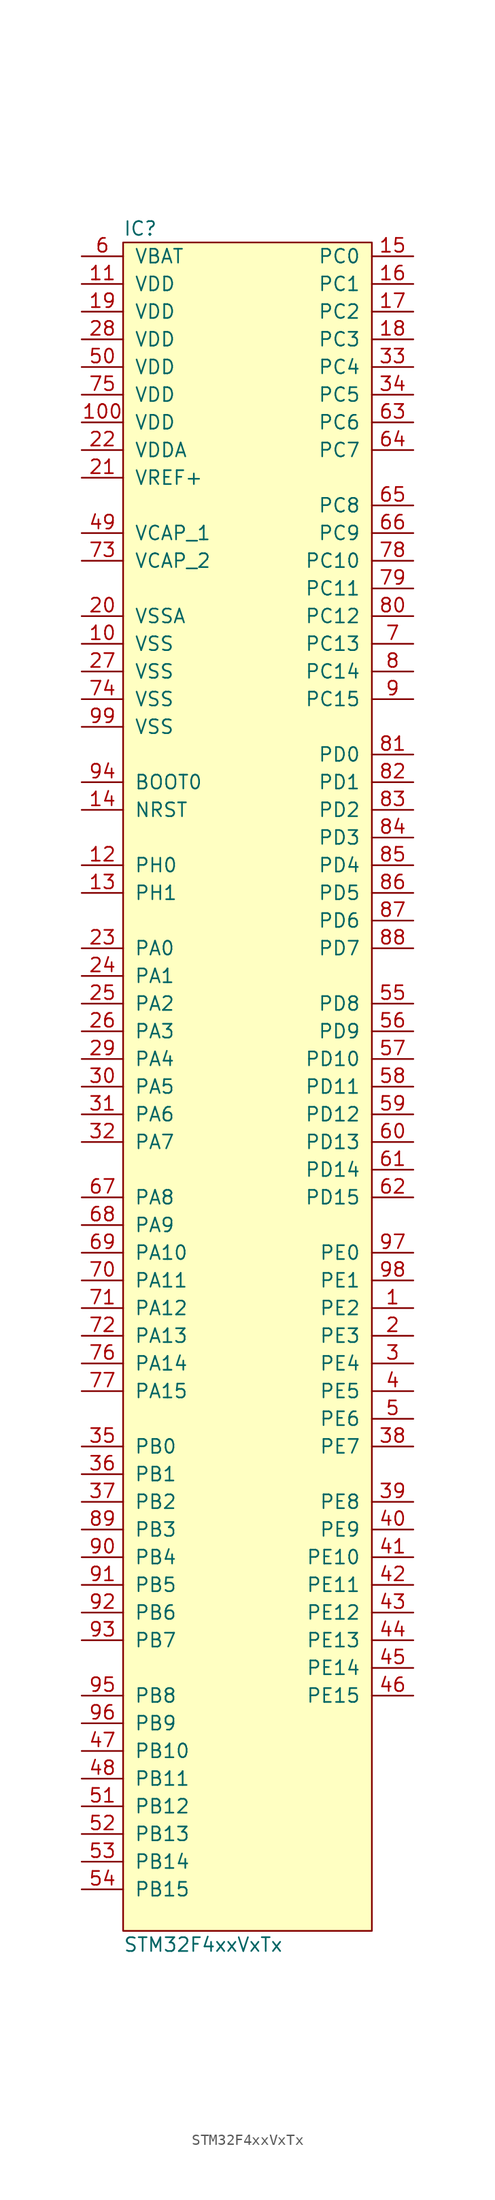
<source format=kicad_sym>
(kicad_symbol_lib
  (version 20211014)
  (generator agg_kicad.build_lib_ic)
  (symbol "STM32F4xxVxTx"
    (pin_names
      (offset 1.016))
    (property Reference IC
      (at -11.43 78.74 0)
      (effects (font (size 1.27 1.27)) (justify left)))
    (property Value "STM32F4xxVxTx"
      (at -11.43 -78.74 0)
      (effects (font (size 1.27 1.27)) (justify left)))
    (symbol "STM32F4xxVxTx_0_0"
      (rectangle (start -11.43 77.47) (end 11.43 -77.47) (stroke (width 0) (type default) (color 0 0 0 0)) (fill (type background)))
      (pin power_in line (at -15.24 76.2 0) (length 3.81) (name VBAT (effects (font (size 1.27 1.27)))) (number "6" (effects (font (size 1.27 1.27)))))
      (pin power_in line (at -15.24 73.66 0) (length 3.81) (name VDD (effects (font (size 1.27 1.27)))) (number "11" (effects (font (size 1.27 1.27)))))
      (pin power_in line (at -15.24 71.12 0) (length 3.81) (name VDD (effects (font (size 1.27 1.27)))) (number "19" (effects (font (size 1.27 1.27)))))
      (pin power_in line (at -15.24 68.58 0) (length 3.81) (name VDD (effects (font (size 1.27 1.27)))) (number "28" (effects (font (size 1.27 1.27)))))
      (pin power_in line (at -15.24 66.04 0) (length 3.81) (name VDD (effects (font (size 1.27 1.27)))) (number "50" (effects (font (size 1.27 1.27)))))
      (pin power_in line (at -15.24 63.5 0) (length 3.81) (name VDD (effects (font (size 1.27 1.27)))) (number "75" (effects (font (size 1.27 1.27)))))
      (pin power_in line (at -15.24 60.96 0) (length 3.81) (name VDD (effects (font (size 1.27 1.27)))) (number "100" (effects (font (size 1.27 1.27)))))
      (pin power_in line (at -15.24 58.42 0) (length 3.81) (name VDDA (effects (font (size 1.27 1.27)))) (number "22" (effects (font (size 1.27 1.27)))))
      (pin power_in line (at -15.24 55.88 0) (length 3.81) (name "VREF+" (effects (font (size 1.27 1.27)))) (number "21" (effects (font (size 1.27 1.27)))))
      (pin passive line (at -15.24 50.8 0) (length 3.81) (name "VCAP_1" (effects (font (size 1.27 1.27)))) (number "49" (effects (font (size 1.27 1.27)))))
      (pin passive line (at -15.24 48.26 0) (length 3.81) (name "VCAP_2" (effects (font (size 1.27 1.27)))) (number "73" (effects (font (size 1.27 1.27)))))
      (pin power_in line (at -15.24 43.18 0) (length 3.81) (name VSSA (effects (font (size 1.27 1.27)))) (number "20" (effects (font (size 1.27 1.27)))))
      (pin power_in line (at -15.24 40.64 0) (length 3.81) (name VSS (effects (font (size 1.27 1.27)))) (number "10" (effects (font (size 1.27 1.27)))))
      (pin power_in line (at -15.24 38.1 0) (length 3.81) (name VSS (effects (font (size 1.27 1.27)))) (number "27" (effects (font (size 1.27 1.27)))))
      (pin power_in line (at -15.24 35.56 0) (length 3.81) (name VSS (effects (font (size 1.27 1.27)))) (number "74" (effects (font (size 1.27 1.27)))))
      (pin power_in line (at -15.24 33.02 0) (length 3.81) (name VSS (effects (font (size 1.27 1.27)))) (number "99" (effects (font (size 1.27 1.27)))))
      (pin input line (at -15.24 27.94 0) (length 3.81) (name "BOOT0" (effects (font (size 1.27 1.27)))) (number "94" (effects (font (size 1.27 1.27)))))
      (pin input line (at -15.24 25.4 0) (length 3.81) (name NRST (effects (font (size 1.27 1.27)))) (number "14" (effects (font (size 1.27 1.27)))))
      (pin bidirectional line (at -15.24 20.32 0) (length 3.81) (name "PH0" (effects (font (size 1.27 1.27)))) (number "12" (effects (font (size 1.27 1.27)))))
      (pin bidirectional line (at -15.24 17.78 0) (length 3.81) (name "PH1" (effects (font (size 1.27 1.27)))) (number "13" (effects (font (size 1.27 1.27)))))
      (pin bidirectional line (at -15.24 12.7 0) (length 3.81) (name "PA0" (effects (font (size 1.27 1.27)))) (number "23" (effects (font (size 1.27 1.27)))))
      (pin bidirectional line (at -15.24 10.16 0) (length 3.81) (name "PA1" (effects (font (size 1.27 1.27)))) (number "24" (effects (font (size 1.27 1.27)))))
      (pin bidirectional line (at -15.24 7.62 0) (length 3.81) (name "PA2" (effects (font (size 1.27 1.27)))) (number "25" (effects (font (size 1.27 1.27)))))
      (pin bidirectional line (at -15.24 5.08 0) (length 3.81) (name "PA3" (effects (font (size 1.27 1.27)))) (number "26" (effects (font (size 1.27 1.27)))))
      (pin bidirectional line (at -15.24 2.54 0) (length 3.81) (name "PA4" (effects (font (size 1.27 1.27)))) (number "29" (effects (font (size 1.27 1.27)))))
      (pin bidirectional line (at -15.24 0 0) (length 3.81) (name "PA5" (effects (font (size 1.27 1.27)))) (number "30" (effects (font (size 1.27 1.27)))))
      (pin bidirectional line (at -15.24 -2.54 0) (length 3.81) (name "PA6" (effects (font (size 1.27 1.27)))) (number "31" (effects (font (size 1.27 1.27)))))
      (pin bidirectional line (at -15.24 -5.08 0) (length 3.81) (name "PA7" (effects (font (size 1.27 1.27)))) (number "32" (effects (font (size 1.27 1.27)))))
      (pin bidirectional line (at -15.24 -10.16 0) (length 3.81) (name "PA8" (effects (font (size 1.27 1.27)))) (number "67" (effects (font (size 1.27 1.27)))))
      (pin bidirectional line (at -15.24 -12.7 0) (length 3.81) (name "PA9" (effects (font (size 1.27 1.27)))) (number "68" (effects (font (size 1.27 1.27)))))
      (pin bidirectional line (at -15.24 -15.24 0) (length 3.81) (name "PA10" (effects (font (size 1.27 1.27)))) (number "69" (effects (font (size 1.27 1.27)))))
      (pin bidirectional line (at -15.24 -17.78 0) (length 3.81) (name "PA11" (effects (font (size 1.27 1.27)))) (number "70" (effects (font (size 1.27 1.27)))))
      (pin bidirectional line (at -15.24 -20.32 0) (length 3.81) (name "PA12" (effects (font (size 1.27 1.27)))) (number "71" (effects (font (size 1.27 1.27)))))
      (pin bidirectional line (at -15.24 -22.86 0) (length 3.81) (name "PA13" (effects (font (size 1.27 1.27)))) (number "72" (effects (font (size 1.27 1.27)))))
      (pin bidirectional line (at -15.24 -25.4 0) (length 3.81) (name "PA14" (effects (font (size 1.27 1.27)))) (number "76" (effects (font (size 1.27 1.27)))))
      (pin bidirectional line (at -15.24 -27.94 0) (length 3.81) (name "PA15" (effects (font (size 1.27 1.27)))) (number "77" (effects (font (size 1.27 1.27)))))
      (pin bidirectional line (at -15.24 -33.02 0) (length 3.81) (name "PB0" (effects (font (size 1.27 1.27)))) (number "35" (effects (font (size 1.27 1.27)))))
      (pin bidirectional line (at -15.24 -35.56 0) (length 3.81) (name "PB1" (effects (font (size 1.27 1.27)))) (number "36" (effects (font (size 1.27 1.27)))))
      (pin bidirectional line (at -15.24 -38.1 0) (length 3.81) (name "PB2" (effects (font (size 1.27 1.27)))) (number "37" (effects (font (size 1.27 1.27)))))
      (pin bidirectional line (at -15.24 -40.64 0) (length 3.81) (name "PB3" (effects (font (size 1.27 1.27)))) (number "89" (effects (font (size 1.27 1.27)))))
      (pin bidirectional line (at -15.24 -43.18 0) (length 3.81) (name "PB4" (effects (font (size 1.27 1.27)))) (number "90" (effects (font (size 1.27 1.27)))))
      (pin bidirectional line (at -15.24 -45.72 0) (length 3.81) (name "PB5" (effects (font (size 1.27 1.27)))) (number "91" (effects (font (size 1.27 1.27)))))
      (pin bidirectional line (at -15.24 -48.26 0) (length 3.81) (name "PB6" (effects (font (size 1.27 1.27)))) (number "92" (effects (font (size 1.27 1.27)))))
      (pin bidirectional line (at -15.24 -50.8 0) (length 3.81) (name "PB7" (effects (font (size 1.27 1.27)))) (number "93" (effects (font (size 1.27 1.27)))))
      (pin bidirectional line (at -15.24 -55.88 0) (length 3.81) (name "PB8" (effects (font (size 1.27 1.27)))) (number "95" (effects (font (size 1.27 1.27)))))
      (pin bidirectional line (at -15.24 -58.42 0) (length 3.81) (name "PB9" (effects (font (size 1.27 1.27)))) (number "96" (effects (font (size 1.27 1.27)))))
      (pin bidirectional line (at -15.24 -60.96 0) (length 3.81) (name "PB10" (effects (font (size 1.27 1.27)))) (number "47" (effects (font (size 1.27 1.27)))))
      (pin bidirectional line (at -15.24 -63.5 0) (length 3.81) (name "PB11" (effects (font (size 1.27 1.27)))) (number "48" (effects (font (size 1.27 1.27)))))
      (pin bidirectional line (at -15.24 -66.04 0) (length 3.81) (name "PB12" (effects (font (size 1.27 1.27)))) (number "51" (effects (font (size 1.27 1.27)))))
      (pin bidirectional line (at -15.24 -68.58 0) (length 3.81) (name "PB13" (effects (font (size 1.27 1.27)))) (number "52" (effects (font (size 1.27 1.27)))))
      (pin bidirectional line (at -15.24 -71.12 0) (length 3.81) (name "PB14" (effects (font (size 1.27 1.27)))) (number "53" (effects (font (size 1.27 1.27)))))
      (pin bidirectional line (at -15.24 -73.66 0) (length 3.81) (name "PB15" (effects (font (size 1.27 1.27)))) (number "54" (effects (font (size 1.27 1.27)))))
      (pin bidirectional line (at 15.24 76.2 180) (length 3.81) (name "PC0" (effects (font (size 1.27 1.27)))) (number "15" (effects (font (size 1.27 1.27)))))
      (pin bidirectional line (at 15.24 73.66 180) (length 3.81) (name "PC1" (effects (font (size 1.27 1.27)))) (number "16" (effects (font (size 1.27 1.27)))))
      (pin bidirectional line (at 15.24 71.12 180) (length 3.81) (name "PC2" (effects (font (size 1.27 1.27)))) (number "17" (effects (font (size 1.27 1.27)))))
      (pin bidirectional line (at 15.24 68.58 180) (length 3.81) (name "PC3" (effects (font (size 1.27 1.27)))) (number "18" (effects (font (size 1.27 1.27)))))
      (pin bidirectional line (at 15.24 66.04 180) (length 3.81) (name "PC4" (effects (font (size 1.27 1.27)))) (number "33" (effects (font (size 1.27 1.27)))))
      (pin bidirectional line (at 15.24 63.5 180) (length 3.81) (name "PC5" (effects (font (size 1.27 1.27)))) (number "34" (effects (font (size 1.27 1.27)))))
      (pin bidirectional line (at 15.24 60.96 180) (length 3.81) (name "PC6" (effects (font (size 1.27 1.27)))) (number "63" (effects (font (size 1.27 1.27)))))
      (pin bidirectional line (at 15.24 58.42 180) (length 3.81) (name "PC7" (effects (font (size 1.27 1.27)))) (number "64" (effects (font (size 1.27 1.27)))))
      (pin bidirectional line (at 15.24 53.34 180) (length 3.81) (name "PC8" (effects (font (size 1.27 1.27)))) (number "65" (effects (font (size 1.27 1.27)))))
      (pin bidirectional line (at 15.24 50.8 180) (length 3.81) (name "PC9" (effects (font (size 1.27 1.27)))) (number "66" (effects (font (size 1.27 1.27)))))
      (pin bidirectional line (at 15.24 48.26 180) (length 3.81) (name "PC10" (effects (font (size 1.27 1.27)))) (number "78" (effects (font (size 1.27 1.27)))))
      (pin bidirectional line (at 15.24 45.72 180) (length 3.81) (name "PC11" (effects (font (size 1.27 1.27)))) (number "79" (effects (font (size 1.27 1.27)))))
      (pin bidirectional line (at 15.24 43.18 180) (length 3.81) (name "PC12" (effects (font (size 1.27 1.27)))) (number "80" (effects (font (size 1.27 1.27)))))
      (pin bidirectional line (at 15.24 40.64 180) (length 3.81) (name "PC13" (effects (font (size 1.27 1.27)))) (number "7" (effects (font (size 1.27 1.27)))))
      (pin bidirectional line (at 15.24 38.1 180) (length 3.81) (name "PC14" (effects (font (size 1.27 1.27)))) (number "8" (effects (font (size 1.27 1.27)))))
      (pin bidirectional line (at 15.24 35.56 180) (length 3.81) (name "PC15" (effects (font (size 1.27 1.27)))) (number "9" (effects (font (size 1.27 1.27)))))
      (pin bidirectional line (at 15.24 30.48 180) (length 3.81) (name "PD0" (effects (font (size 1.27 1.27)))) (number "81" (effects (font (size 1.27 1.27)))))
      (pin bidirectional line (at 15.24 27.94 180) (length 3.81) (name "PD1" (effects (font (size 1.27 1.27)))) (number "82" (effects (font (size 1.27 1.27)))))
      (pin bidirectional line (at 15.24 25.4 180) (length 3.81) (name "PD2" (effects (font (size 1.27 1.27)))) (number "83" (effects (font (size 1.27 1.27)))))
      (pin bidirectional line (at 15.24 22.86 180) (length 3.81) (name "PD3" (effects (font (size 1.27 1.27)))) (number "84" (effects (font (size 1.27 1.27)))))
      (pin bidirectional line (at 15.24 20.32 180) (length 3.81) (name "PD4" (effects (font (size 1.27 1.27)))) (number "85" (effects (font (size 1.27 1.27)))))
      (pin bidirectional line (at 15.24 17.78 180) (length 3.81) (name "PD5" (effects (font (size 1.27 1.27)))) (number "86" (effects (font (size 1.27 1.27)))))
      (pin bidirectional line (at 15.24 15.24 180) (length 3.81) (name "PD6" (effects (font (size 1.27 1.27)))) (number "87" (effects (font (size 1.27 1.27)))))
      (pin bidirectional line (at 15.24 12.7 180) (length 3.81) (name "PD7" (effects (font (size 1.27 1.27)))) (number "88" (effects (font (size 1.27 1.27)))))
      (pin bidirectional line (at 15.24 7.62 180) (length 3.81) (name "PD8" (effects (font (size 1.27 1.27)))) (number "55" (effects (font (size 1.27 1.27)))))
      (pin bidirectional line (at 15.24 5.08 180) (length 3.81) (name "PD9" (effects (font (size 1.27 1.27)))) (number "56" (effects (font (size 1.27 1.27)))))
      (pin bidirectional line (at 15.24 2.54 180) (length 3.81) (name "PD10" (effects (font (size 1.27 1.27)))) (number "57" (effects (font (size 1.27 1.27)))))
      (pin bidirectional line (at 15.24 0 180) (length 3.81) (name "PD11" (effects (font (size 1.27 1.27)))) (number "58" (effects (font (size 1.27 1.27)))))
      (pin bidirectional line (at 15.24 -2.54 180) (length 3.81) (name "PD12" (effects (font (size 1.27 1.27)))) (number "59" (effects (font (size 1.27 1.27)))))
      (pin bidirectional line (at 15.24 -5.08 180) (length 3.81) (name "PD13" (effects (font (size 1.27 1.27)))) (number "60" (effects (font (size 1.27 1.27)))))
      (pin bidirectional line (at 15.24 -7.62 180) (length 3.81) (name "PD14" (effects (font (size 1.27 1.27)))) (number "61" (effects (font (size 1.27 1.27)))))
      (pin bidirectional line (at 15.24 -10.16 180) (length 3.81) (name "PD15" (effects (font (size 1.27 1.27)))) (number "62" (effects (font (size 1.27 1.27)))))
      (pin bidirectional line (at 15.24 -15.24 180) (length 3.81) (name "PE0" (effects (font (size 1.27 1.27)))) (number "97" (effects (font (size 1.27 1.27)))))
      (pin bidirectional line (at 15.24 -17.78 180) (length 3.81) (name "PE1" (effects (font (size 1.27 1.27)))) (number "98" (effects (font (size 1.27 1.27)))))
      (pin bidirectional line (at 15.24 -20.32 180) (length 3.81) (name "PE2" (effects (font (size 1.27 1.27)))) (number "1" (effects (font (size 1.27 1.27)))))
      (pin bidirectional line (at 15.24 -22.86 180) (length 3.81) (name "PE3" (effects (font (size 1.27 1.27)))) (number "2" (effects (font (size 1.27 1.27)))))
      (pin bidirectional line (at 15.24 -25.4 180) (length 3.81) (name "PE4" (effects (font (size 1.27 1.27)))) (number "3" (effects (font (size 1.27 1.27)))))
      (pin bidirectional line (at 15.24 -27.94 180) (length 3.81) (name "PE5" (effects (font (size 1.27 1.27)))) (number "4" (effects (font (size 1.27 1.27)))))
      (pin bidirectional line (at 15.24 -30.48 180) (length 3.81) (name "PE6" (effects (font (size 1.27 1.27)))) (number "5" (effects (font (size 1.27 1.27)))))
      (pin bidirectional line (at 15.24 -33.02 180) (length 3.81) (name "PE7" (effects (font (size 1.27 1.27)))) (number "38" (effects (font (size 1.27 1.27)))))
      (pin bidirectional line (at 15.24 -38.1 180) (length 3.81) (name "PE8" (effects (font (size 1.27 1.27)))) (number "39" (effects (font (size 1.27 1.27)))))
      (pin bidirectional line (at 15.24 -40.64 180) (length 3.81) (name "PE9" (effects (font (size 1.27 1.27)))) (number "40" (effects (font (size 1.27 1.27)))))
      (pin bidirectional line (at 15.24 -43.18 180) (length 3.81) (name "PE10" (effects (font (size 1.27 1.27)))) (number "41" (effects (font (size 1.27 1.27)))))
      (pin bidirectional line (at 15.24 -45.72 180) (length 3.81) (name "PE11" (effects (font (size 1.27 1.27)))) (number "42" (effects (font (size 1.27 1.27)))))
      (pin bidirectional line (at 15.24 -48.26 180) (length 3.81) (name "PE12" (effects (font (size 1.27 1.27)))) (number "43" (effects (font (size 1.27 1.27)))))
      (pin bidirectional line (at 15.24 -50.8 180) (length 3.81) (name "PE13" (effects (font (size 1.27 1.27)))) (number "44" (effects (font (size 1.27 1.27)))))
      (pin bidirectional line (at 15.24 -53.34 180) (length 3.81) (name "PE14" (effects (font (size 1.27 1.27)))) (number "45" (effects (font (size 1.27 1.27)))))
      (pin bidirectional line (at 15.24 -55.88 180) (length 3.81) (name "PE15" (effects (font (size 1.27 1.27)))) (number "46" (effects (font (size 1.27 1.27))))))))
</source>
